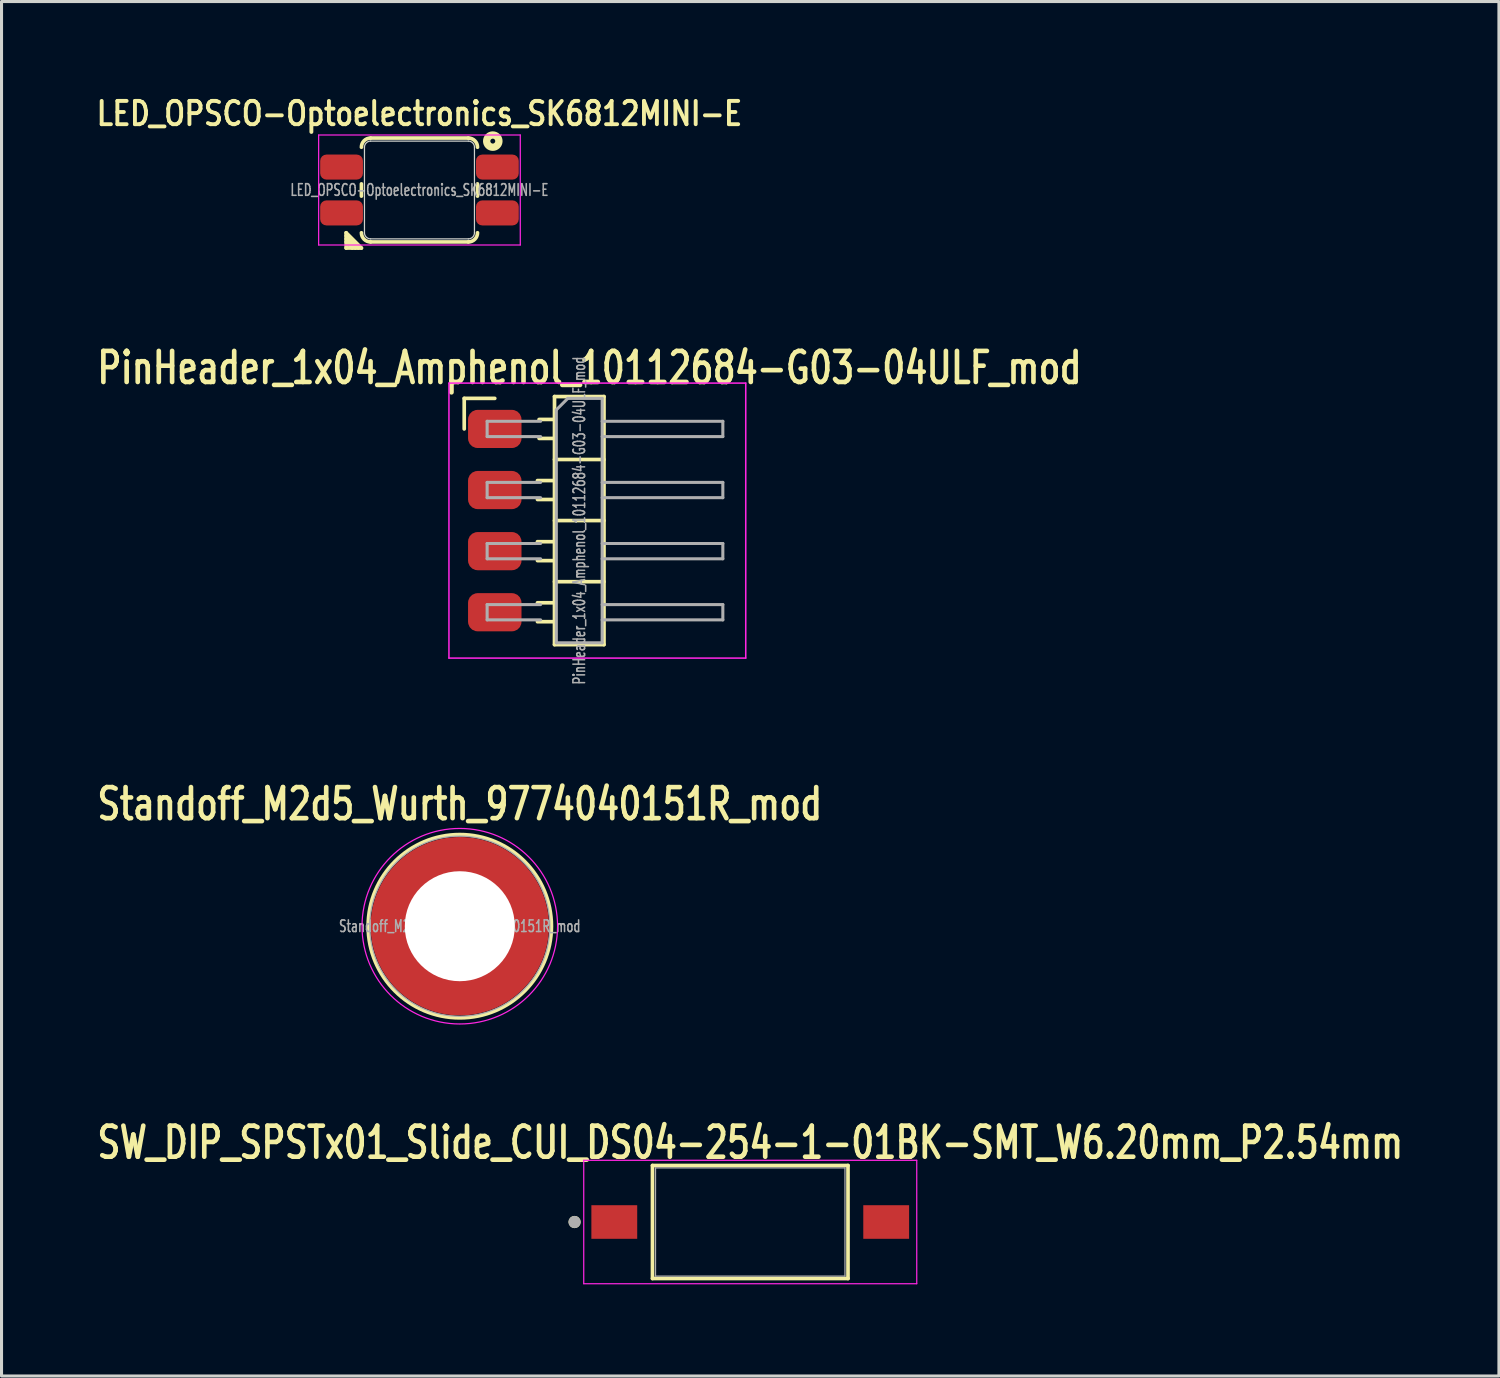
<source format=kicad_pcb>
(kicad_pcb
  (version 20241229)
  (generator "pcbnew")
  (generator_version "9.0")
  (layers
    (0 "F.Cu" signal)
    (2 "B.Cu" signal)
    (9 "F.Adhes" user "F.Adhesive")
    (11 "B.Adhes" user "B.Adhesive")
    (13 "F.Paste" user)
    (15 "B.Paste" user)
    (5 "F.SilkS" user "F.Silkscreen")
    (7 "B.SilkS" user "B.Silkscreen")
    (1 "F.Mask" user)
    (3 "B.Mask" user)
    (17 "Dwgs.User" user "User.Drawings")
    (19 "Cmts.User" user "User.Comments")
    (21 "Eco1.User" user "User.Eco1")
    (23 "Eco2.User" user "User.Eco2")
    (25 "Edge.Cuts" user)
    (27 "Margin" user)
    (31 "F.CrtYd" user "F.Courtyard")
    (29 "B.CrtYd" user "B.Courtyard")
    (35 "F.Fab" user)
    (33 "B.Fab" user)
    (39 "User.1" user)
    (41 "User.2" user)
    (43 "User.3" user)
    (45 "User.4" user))
  (footprint "SW_DIP_SPSTx01_Slide_CUI_DS04-254-1-01BK-SMT_W6.20mm_P2.54mm"
    (layer "F.Cu")
    (at 21.507 36.949)
    (property "Reference" "SW_DIP_SPSTx01_Slide_CUI_DS04-254-1-01BK-SMT_W6.20mm_P2.54mm" (at 0 -2.6 0) (layer "F.SilkS") (effects (font (size 1.016 0.762) (thickness 0.152))))
    (attr smd)
    (fp_line (start -3.2 -1.85) (end 3.2 -1.85) (stroke (width 0.12) (type solid)) (layer "F.SilkS"))
    (fp_line (start -3.2 1.85) (end -3.2 -1.85) (stroke (width 0.12) (type solid)) (layer "F.SilkS"))
    (fp_line (start 3.2 -1.85) (end 3.2 1.85) (stroke (width 0.12) (type solid)) (layer "F.SilkS"))
    (fp_line (start 3.2 1.85) (end -3.2 1.85) (stroke (width 0.12) (type solid)) (layer "F.SilkS"))
    (fp_circle (center -5.75 0) (end -5.65 0) (stroke (width 0.2) (type solid)) (fill no) (layer "F.SilkS"))
    (fp_line (start -5.45 -2.02) (end -5.45 2.02) (stroke (width 0.04) (type solid)) (layer "F.CrtYd"))
    (fp_line (start -5.45 2.02) (end 5.45 2.02) (stroke (width 0.04) (type solid)) (layer "F.CrtYd"))
    (fp_line (start 5.45 -2.02) (end -5.45 -2.02) (stroke (width 0.04) (type solid)) (layer "F.CrtYd"))
    (fp_line (start 5.45 2.02) (end 5.45 -2.02) (stroke (width 0.04) (type solid)) (layer "F.CrtYd"))
    (fp_line (start -3.1 -1.77) (end 3.1 -1.77) (stroke (width 0.04) (type solid)) (layer "F.Fab"))
    (fp_line (start -3.1 1.77) (end -3.1 -1.77) (stroke (width 0.04) (type solid)) (layer "F.Fab"))
    (fp_line (start 3.1 -1.77) (end 3.1 1.77) (stroke (width 0.04) (type solid)) (layer "F.Fab"))
    (fp_line (start 3.1 1.77) (end -3.1 1.77) (stroke (width 0.04) (type solid)) (layer "F.Fab"))
    (fp_circle (center -5.75 0) (end -5.65 0) (stroke (width 0.2) (type solid)) (fill no) (layer "F.Fab"))
    (pad "1" smd rect (at -4.45 0) (size 1.5 1.1) (layers "F.Cu" "F.Mask" "F.Paste"))
    (pad "2" smd rect (at 4.45 0 180) (size 1.5 1.1) (layers "F.Cu" "F.Mask" "F.Paste")))
  (footprint "LED_OPSCO-Optoelectronics_SK6812MINI-E"
    (layer "F.Cu")
    (at 10.68 3.169)
    (property "Reference" "LED_OPSCO-Optoelectronics_SK6812MINI-E" (at 0 -2.5 0) (unlocked yes) (layer "F.SilkS") (effects (font (size 0.762 0.635) (thickness 0.127))))
    (attr smd)
    (fp_line (start -2.4 1.4) (end -1.9 1.9) (stroke (width 0.12) (type solid)) (layer "F.SilkS"))
    (fp_line (start -2.4 1.5) (end -2 1.9) (stroke (width 0.12) (type solid)) (layer "F.SilkS"))
    (fp_line (start -2.4 1.6) (end -2.1 1.9) (stroke (width 0.12) (type solid)) (layer "F.SilkS"))
    (fp_line (start -2.4 1.7) (end -2.2 1.9) (stroke (width 0.12) (type solid)) (layer "F.SilkS"))
    (fp_line (start -2.4 1.9) (end -2.4 1.4) (stroke (width 0.12) (type solid)) (layer "F.SilkS"))
    (fp_line (start -1.9 0.2) (end -1.9 -0.2) (stroke (width 0.12) (type solid)) (layer "F.SilkS"))
    (fp_line (start -1.9 1.9) (end -2.4 1.9) (stroke (width 0.12) (type solid)) (layer "F.SilkS"))
    (fp_line (start -1.6 -1.7) (end 1.6 -1.7) (stroke (width 0.12) (type solid)) (layer "F.SilkS"))
    (fp_line (start -1.6 1.7) (end 1.6 1.7) (stroke (width 0.12) (type solid)) (layer "F.SilkS"))
    (fp_line (start 1.9 0.2) (end 1.9 -0.2) (stroke (width 0.12) (type solid)) (layer "F.SilkS"))
    (fp_arc (start -1.9 -1.4) (mid -1.812132 -1.612132) (end -1.6 -1.7) (stroke (width 0.12) (type solid)) (layer "F.SilkS"))
    (fp_arc (start -1.6 1.7) (mid -1.812132 1.612132) (end -1.9 1.4) (stroke (width 0.12) (type solid)) (layer "F.SilkS"))
    (fp_arc (start 1.6 -1.7) (mid 1.812132 -1.612132) (end 1.9 -1.4) (stroke (width 0.12) (type solid)) (layer "F.SilkS"))
    (fp_arc (start 1.9 1.4) (mid 1.812132 1.612132) (end 1.6 1.7) (stroke (width 0.12) (type solid)) (layer "F.SilkS"))
    (fp_circle (center 2.4 -1.6) (end 2.6 -1.6) (stroke (width 0.24) (type solid)) (fill no) (layer "F.SilkS"))
    (fp_line (start -1.8 -1.4) (end -1.8 1.4) (stroke (width 0.04) (type solid)) (layer "Edge.Cuts"))
    (fp_line (start -1.6 -1.6) (end 1.6 -1.6) (stroke (width 0.04) (type solid)) (layer "Edge.Cuts"))
    (fp_line (start -1.6 1.6) (end 1.6 1.6) (stroke (width 0.04) (type solid)) (layer "Edge.Cuts"))
    (fp_line (start 1.8 -1.4) (end 1.8 1.4) (stroke (width 0.04) (type solid)) (layer "Edge.Cuts"))
    (fp_arc (start -1.8 -1.4) (mid -1.741421 -1.541421) (end -1.6 -1.6) (stroke (width 0.04) (type solid)) (layer "Edge.Cuts"))
    (fp_arc (start -1.6 1.6) (mid -1.741421 1.541421) (end -1.8 1.4) (stroke (width 0.04) (type solid)) (layer "Edge.Cuts"))
    (fp_arc (start 1.6 -1.6) (mid 1.741421 -1.541421) (end 1.8 -1.4) (stroke (width 0.04) (type solid)) (layer "Edge.Cuts"))
    (fp_arc (start 1.8 1.4) (mid 1.741421 1.541421) (end 1.6 1.6) (stroke (width 0.04) (type solid)) (layer "Edge.Cuts"))
    (fp_line (start -3.3 -1.8) (end -3.3 1.8) (stroke (width 0.04) (type solid)) (layer "F.CrtYd"))
    (fp_line (start -3.3 -1.8) (end 3.3 -1.8) (stroke (width 0.04) (type solid)) (layer "F.CrtYd"))
    (fp_line (start -3.3 1.8) (end 3.3 1.8) (stroke (width 0.04) (type solid)) (layer "F.CrtYd"))
    (fp_line (start 3.3 -1.8) (end 3.3 1.8) (stroke (width 0.04) (type solid)) (layer "F.CrtYd"))
    (fp_text user "${REFERENCE}" (at 0 0 0) (unlocked yes) (layer "F.Fab") (effects (font (size 0.381 0.254) (thickness 0.051))))
    (pad "1" smd roundrect (at 2.55 -0.75) (size 1.4 0.82) (layers "F.Cu" "F.Mask" "F.Paste") (roundrect_rratio 0.25))
    (pad "2" smd roundrect (at 2.55 0.75) (size 1.4 0.82) (layers "F.Cu" "F.Mask" "F.Paste") (roundrect_rratio 0.25))
    (pad "3" smd roundrect (at -2.55 0.75) (size 1.4 0.82) (layers "F.Cu" "F.Mask" "F.Paste") (roundrect_rratio 0.25))
    (pad "4" smd roundrect (at -2.55 -0.75) (size 1.4 0.82) (layers "F.Cu" "F.Mask" "F.Paste") (roundrect_rratio 0.25)))
  (footprint "PinHeader_1x04_Amphenol_10112684-G03-04ULF_mod"
    (layer "F.Cu")
    (at 13.145 10.99)
    (property "Reference" "PinHeader_1x04_Amphenol_10112684-G03-04ULF_mod" (at 3.1 -2 0) (layer "F.SilkS") (effects (font (size 1.016 0.762) (thickness 0.152))))
    (attr smd)
    (fp_line (start -1 -1) (end 0 -1) (stroke (width 0.12) (type solid)) (layer "F.SilkS"))
    (fp_line (start -1 0) (end -1 -1) (stroke (width 0.12) (type solid)) (layer "F.SilkS"))
    (fp_line (start 1.397 1.69) (end 1.955 1.69) (stroke (width 0.12) (type solid)) (layer "F.SilkS"))
    (fp_line (start 1.397 2.31) (end 1.955 2.31) (stroke (width 0.12) (type solid)) (layer "F.SilkS"))
    (fp_line (start 1.397 3.69) (end 1.955 3.69) (stroke (width 0.12) (type solid)) (layer "F.SilkS"))
    (fp_line (start 1.397 4.31) (end 1.955 4.31) (stroke (width 0.12) (type solid)) (layer "F.SilkS"))
    (fp_line (start 1.397 5.69) (end 1.955 5.69) (stroke (width 0.12) (type solid)) (layer "F.SilkS"))
    (fp_line (start 1.397 6.31) (end 1.955 6.31) (stroke (width 0.12) (type solid)) (layer "F.SilkS"))
    (fp_line (start 1.45 -0.31) (end 1.955 -0.31) (stroke (width 0.12) (type solid)) (layer "F.SilkS"))
    (fp_line (start 1.45 0.31) (end 1.955 0.31) (stroke (width 0.12) (type solid)) (layer "F.SilkS"))
    (fp_line (start 1.955 -1.06) (end 1.955 7.06) (stroke (width 0.12) (type solid)) (layer "F.SilkS"))
    (fp_line (start 1.955 1) (end 3.575 1) (stroke (width 0.12) (type solid)) (layer "F.SilkS"))
    (fp_line (start 1.955 3) (end 3.575 3) (stroke (width 0.12) (type solid)) (layer "F.SilkS"))
    (fp_line (start 1.955 5) (end 3.575 5) (stroke (width 0.12) (type solid)) (layer "F.SilkS"))
    (fp_line (start 1.955 7.06) (end 3.575 7.06) (stroke (width 0.12) (type solid)) (layer "F.SilkS"))
    (fp_line (start 3.575 -1.06) (end 1.955 -1.06) (stroke (width 0.12) (type solid)) (layer "F.SilkS"))
    (fp_line (start 3.575 7.06) (end 3.575 -1.06) (stroke (width 0.12) (type solid)) (layer "F.SilkS"))
    (fp_line (start -1.5 -1.5) (end -1.5 7.5) (stroke (width 0.05) (type solid)) (layer "F.CrtYd"))
    (fp_line (start -1.5 7.5) (end 8.215 7.5) (stroke (width 0.05) (type solid)) (layer "F.CrtYd"))
    (fp_line (start 8.215 -1.5) (end -1.5 -1.5) (stroke (width 0.05) (type solid)) (layer "F.CrtYd"))
    (fp_line (start 8.215 7.5) (end 8.215 -1.5) (stroke (width 0.05) (type solid)) (layer "F.CrtYd"))
    (fp_line (start -0.25 -0.25) (end -0.25 0.25) (stroke (width 0.1) (type solid)) (layer "F.Fab"))
    (fp_line (start -0.25 -0.25) (end 1.5 -0.25) (stroke (width 0.1) (type solid)) (layer "F.Fab"))
    (fp_line (start -0.25 0.25) (end 1.5 0.25) (stroke (width 0.1) (type solid)) (layer "F.Fab"))
    (fp_line (start -0.25 1.75) (end -0.25 2.25) (stroke (width 0.1) (type solid)) (layer "F.Fab"))
    (fp_line (start -0.25 1.75) (end 1.5 1.75) (stroke (width 0.1) (type solid)) (layer "F.Fab"))
    (fp_line (start -0.25 2.25) (end 1.5 2.25) (stroke (width 0.1) (type solid)) (layer "F.Fab"))
    (fp_line (start -0.25 3.75) (end -0.25 4.25) (stroke (width 0.1) (type solid)) (layer "F.Fab"))
    (fp_line (start -0.25 3.75) (end 1.5 3.75) (stroke (width 0.1) (type solid)) (layer "F.Fab"))
    (fp_line (start -0.25 4.25) (end 1.5 4.25) (stroke (width 0.1) (type solid)) (layer "F.Fab"))
    (fp_line (start -0.25 5.75) (end -0.25 6.25) (stroke (width 0.1) (type solid)) (layer "F.Fab"))
    (fp_line (start -0.25 5.75) (end 1.5 5.75) (stroke (width 0.1) (type solid)) (layer "F.Fab"))
    (fp_line (start -0.25 6.25) (end 1.5 6.25) (stroke (width 0.1) (type solid)) (layer "F.Fab"))
    (fp_line (start 2.015 -0.625) (end 2.39 -1) (stroke (width 0.1) (type solid)) (layer "F.Fab"))
    (fp_line (start 2.015 7) (end 2.015 -0.625) (stroke (width 0.1) (type solid)) (layer "F.Fab"))
    (fp_line (start 2.39 -1) (end 3.515 -1) (stroke (width 0.1) (type solid)) (layer "F.Fab"))
    (fp_line (start 3.515 -1) (end 3.515 7) (stroke (width 0.1) (type solid)) (layer "F.Fab"))
    (fp_line (start 3.515 -0.25) (end 7.465 -0.25) (stroke (width 0.1) (type solid)) (layer "F.Fab"))
    (fp_line (start 3.515 0.25) (end 7.465 0.25) (stroke (width 0.1) (type solid)) (layer "F.Fab"))
    (fp_line (start 3.515 1.75) (end 7.465 1.75) (stroke (width 0.1) (type solid)) (layer "F.Fab"))
    (fp_line (start 3.515 2.25) (end 7.465 2.25) (stroke (width 0.1) (type solid)) (layer "F.Fab"))
    (fp_line (start 3.515 3.75) (end 7.465 3.75) (stroke (width 0.1) (type solid)) (layer "F.Fab"))
    (fp_line (start 3.515 4.25) (end 7.465 4.25) (stroke (width 0.1) (type solid)) (layer "F.Fab"))
    (fp_line (start 3.515 5.75) (end 7.465 5.75) (stroke (width 0.1) (type solid)) (layer "F.Fab"))
    (fp_line (start 3.515 6.25) (end 7.465 6.25) (stroke (width 0.1) (type solid)) (layer "F.Fab"))
    (fp_line (start 3.515 7) (end 2.015 7) (stroke (width 0.1) (type solid)) (layer "F.Fab"))
    (fp_line (start 7.465 -0.25) (end 7.465 0.25) (stroke (width 0.1) (type solid)) (layer "F.Fab"))
    (fp_line (start 7.465 1.75) (end 7.465 2.25) (stroke (width 0.1) (type solid)) (layer "F.Fab"))
    (fp_line (start 7.465 3.75) (end 7.465 4.25) (stroke (width 0.1) (type solid)) (layer "F.Fab"))
    (fp_line (start 7.465 5.75) (end 7.465 6.25) (stroke (width 0.1) (type solid)) (layer "F.Fab"))
    (fp_text user "${REFERENCE}" (at 2.765 3 90) (layer "F.Fab") (effects (font (size 0.381 0.254) (thickness 0.051))))
    (pad "1" smd roundrect (at 0 0) (size 1.75 1.25) (layers "F.Cu" "F.Mask" "F.Paste") (roundrect_rratio 0.25))
    (pad "2" smd roundrect (at 0 2) (size 1.75 1.25) (layers "F.Cu" "F.Mask" "F.Paste") (roundrect_rratio 0.25))
    (pad "3" smd roundrect (at 0 4) (size 1.75 1.25) (layers "F.Cu" "F.Mask" "F.Paste") (roundrect_rratio 0.25))
    (pad "4" smd roundrect (at 0 6) (size 1.75 1.25) (layers "F.Cu" "F.Mask" "F.Paste") (roundrect_rratio 0.25)))
  (footprint "Standoff_M2d5_Wurth_9774040151R_mod"
    (layer "F.Cu")
    (at 12 27.267)
    (property "Reference" "Standoff_M2d5_Wurth_9774040151R_mod" (at 0 -4 0) (unlocked yes) (layer "F.SilkS") (effects (font (size 1.016 0.762) (thickness 0.152))))
    (attr through_hole)
    (fp_circle (center 0 0) (end 3 0) (stroke (width 0.12) (type solid)) (fill no) (layer "F.SilkS"))
    (fp_poly (pts (xy -2 0.2) (xy -1.8 1) (xy -1 1.8) (xy -0.2 2) (xy -0.2 2.8) (xy -1.2 2.6) (xy -2 2) (xy -2.6 1.2) (xy -2.8 0.2)) (stroke (width 0.12) (type solid)) (fill yes) (layer "F.Paste"))
    (fp_poly (pts (xy -0.2 -2) (xy -1 -1.8) (xy -1.8 -1) (xy -2 -0.2) (xy -2.8 -0.2) (xy -2.6 -1.2) (xy -2 -2) (xy -1.2 -2.6) (xy -0.2 -2.8)) (stroke (width 0.12) (type solid)) (fill yes) (layer "F.Paste"))
    (fp_poly (pts (xy 0.2 2) (xy 1 1.8) (xy 1.8 1) (xy 2 0.2) (xy 2.8 0.2) (xy 2.6 1.2) (xy 2 2) (xy 1.2 2.6) (xy 0.2 2.8)) (stroke (width 0.12) (type solid)) (fill yes) (layer "F.Paste"))
    (fp_poly (pts (xy 2 -0.2) (xy 1.8 -1) (xy 1 -1.8) (xy 0.2 -2) (xy 0.2 -2.8) (xy 1.2 -2.6) (xy 2 -2) (xy 2.6 -1.2) (xy 2.8 -0.2)) (stroke (width 0.12) (type solid)) (fill yes) (layer "F.Paste"))
    (fp_circle (center 0 0) (end 3.2 0) (stroke (width 0.04) (type solid)) (fill no) (layer "F.CrtYd"))
    (fp_circle (center 0 0) (end 2.95 0) (stroke (width 0.04) (type solid)) (fill no) (layer "F.Fab"))
    (fp_text user "${REFERENCE}" (at 0 0 0) (unlocked yes) (layer "F.Fab") (effects (font (size 0.381 0.254) (thickness 0.051))))
    (pad "" np_thru_hole circle (at 0 0) (size 3.6 3.6) (drill 3.6) (layers "F.Cu"))
    (pad "" smd circle (at 0 0) (size 3.6 3.6) (layers "B.Mask"))
    (pad "1" smd circle (at 0 0) (size 5.84 5.84) (layers "F.Cu" "F.Mask")))
  (gr_rect
    (start -3 -3)
    (end 46.013 41.989)
    (stroke (width 0.1) (type default))
    (fill no)
    (layer "Edge.Cuts")))
</source>
